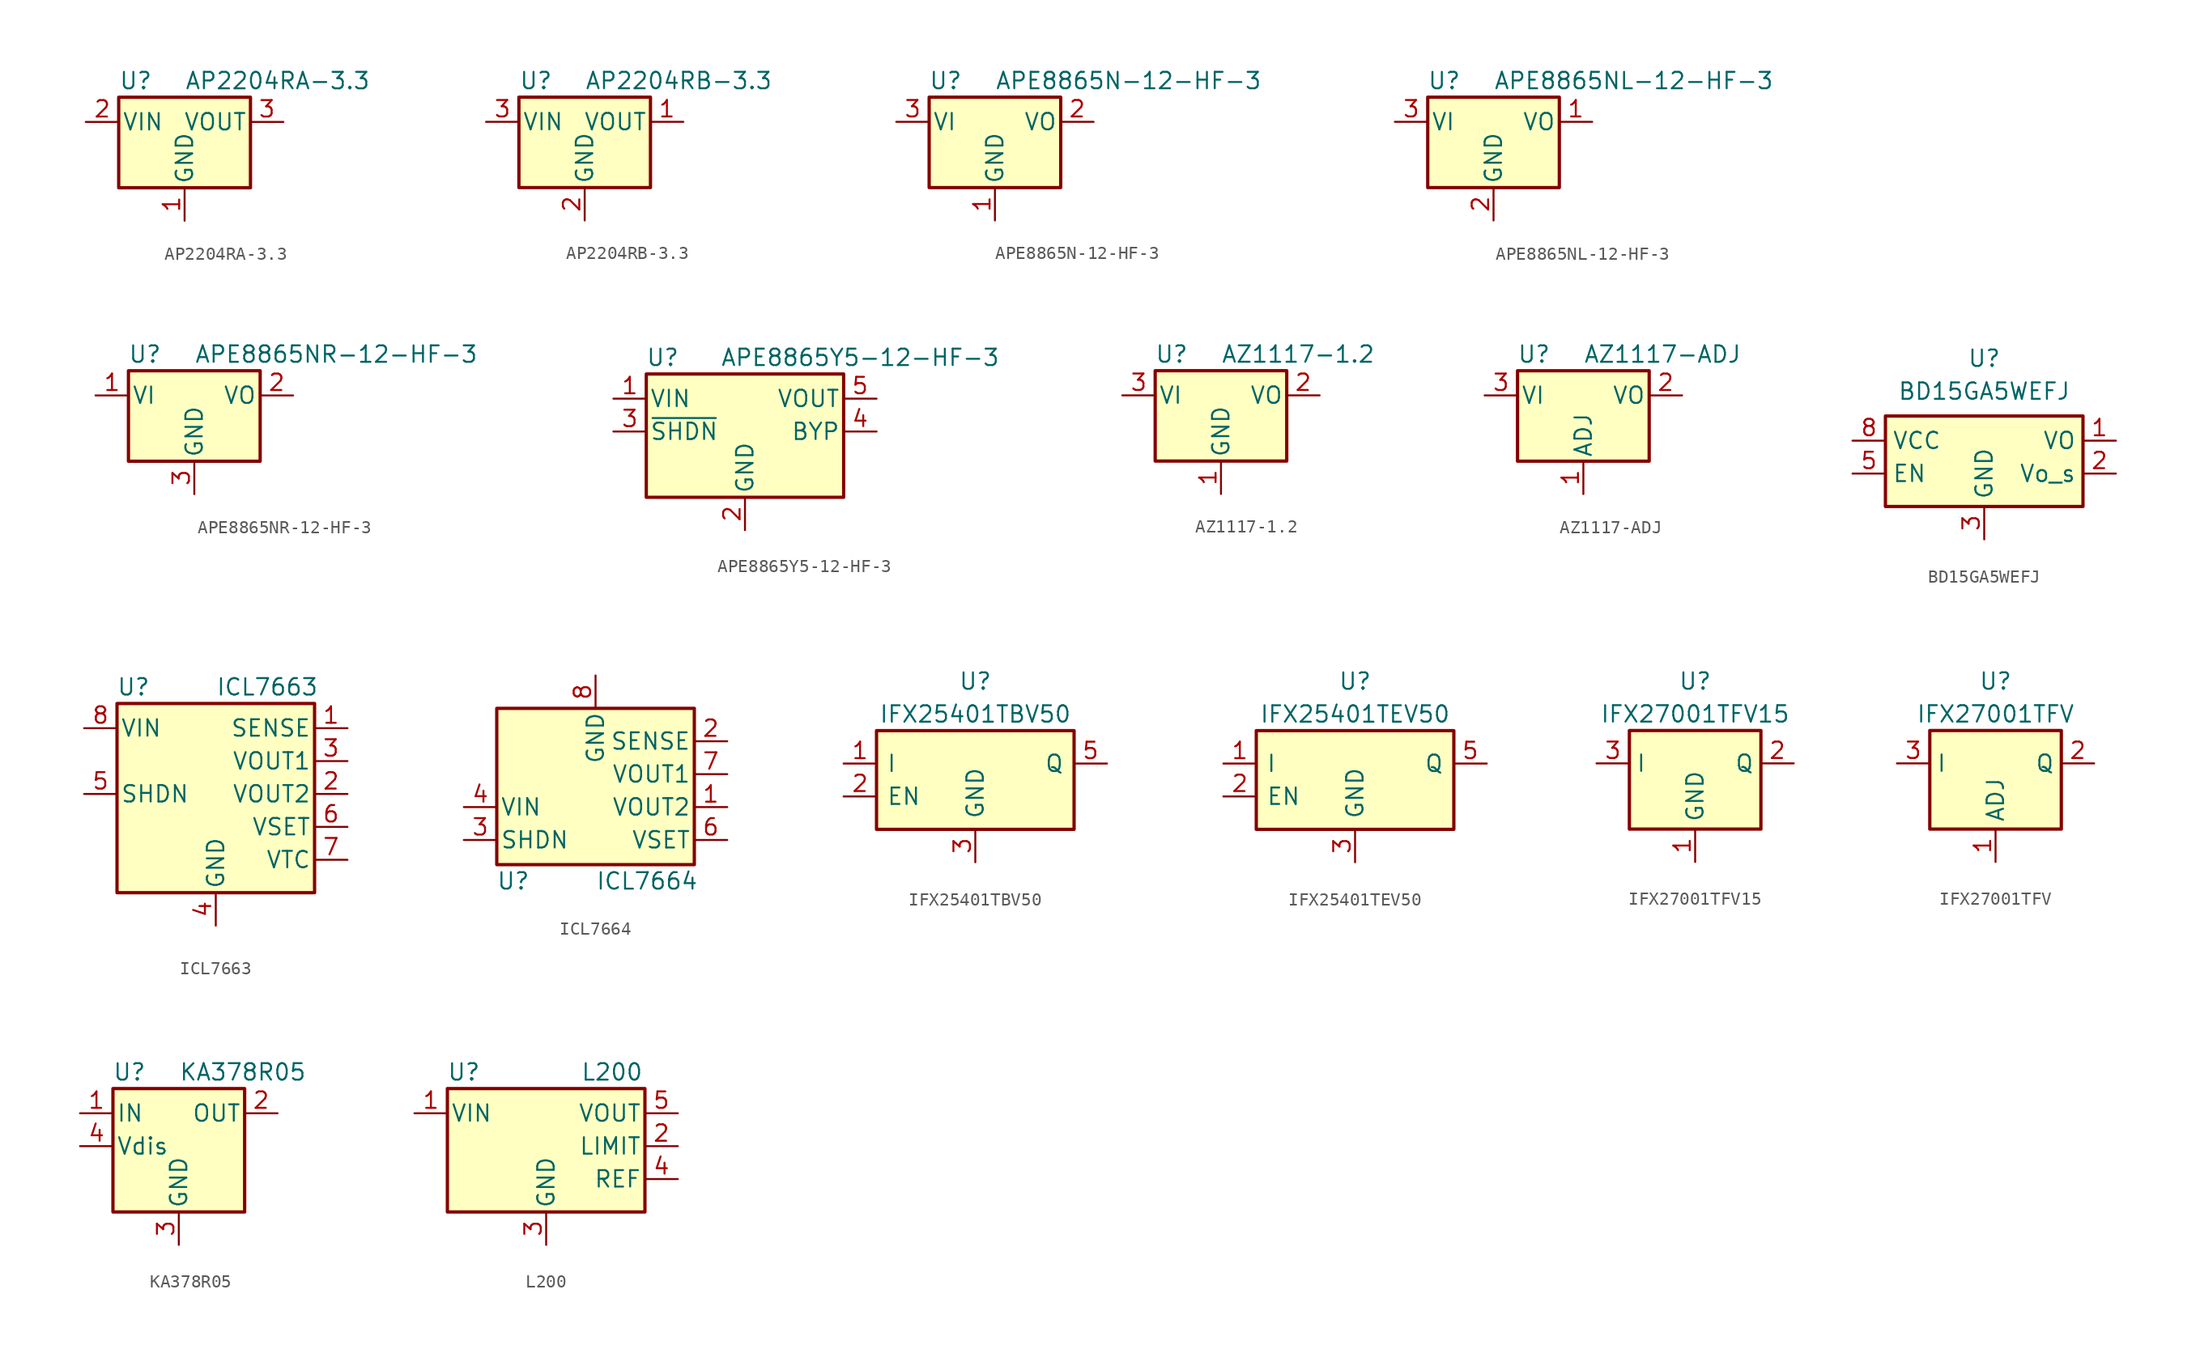
<source format=kicad_sym>
(kicad_symbol_lib
  (version 20241209)
  (generator "kicad_symbol_editor")
  (generator_version "9.0")
  (symbol "AP2204RA-3.3"
    (pin_names
      (offset 0.254))
    (property "Reference" "U"
      (at -5.08 3.175 0)
      (effects (font (size 1.27 1.27)) (justify left)))
    (property "Value" "AP2204RA-3.3"
      (at 0 3.175 0)
      (effects (font (size 1.27 1.27)) (justify left)))
    (symbol "AP2204RA-3.3_0_1"
      (rectangle (start -5.08 1.905) (end 5.08 -5.08) (stroke (width 0.254) (type default)) (fill (type background))))
    (symbol "AP2204RA-3.3_1_1"
      (pin power_in line (at -7.62 0 0) (length 2.54) (name "VIN" (effects (font (size 1.27 1.27)))) (number "2" (effects (font (size 1.27 1.27)))))
      (pin power_in line (at 0 -7.62 90) (length 2.54) (name "GND" (effects (font (size 1.27 1.27)))) (number "1" (effects (font (size 1.27 1.27)))))
      (pin power_out line (at 7.62 0 180) (length 2.54) (name "VOUT" (effects (font (size 1.27 1.27)))) (number "3" (effects (font (size 1.27 1.27)))))))
  (symbol "AP2204RB-3.3"
    (pin_names
      (offset 0.254))
    (property "Reference" "U"
      (at -5.08 3.175 0)
      (effects (font (size 1.27 1.27)) (justify left)))
    (property "Value" "AP2204RB-3.3"
      (at 0 3.175 0)
      (effects (font (size 1.27 1.27)) (justify left)))
    (symbol "AP2204RB-3.3_0_1"
      (rectangle (start -5.08 1.905) (end 5.08 -5.08) (stroke (width 0.254) (type default)) (fill (type background))))
    (symbol "AP2204RB-3.3_1_1"
      (pin power_in line (at -7.62 0 0) (length 2.54) (name "VIN" (effects (font (size 1.27 1.27)))) (number "3" (effects (font (size 1.27 1.27)))))
      (pin power_in line (at 0 -7.62 90) (length 2.54) (name "GND" (effects (font (size 1.27 1.27)))) (number "2" (effects (font (size 1.27 1.27)))))
      (pin power_out line (at 7.62 0 180) (length 2.54) (name "VOUT" (effects (font (size 1.27 1.27)))) (number "1" (effects (font (size 1.27 1.27)))))))
  (symbol "APE8865N-12-HF-3"
    (pin_names
      (offset 0.254))
    (property "Reference" "U"
      (at -3.81 3.175 0)
      (effects (font (size 1.27 1.27))))
    (property "Value" "APE8865N-12-HF-3"
      (at 0 3.175 0)
      (effects (font (size 1.27 1.27)) (justify left)))
    (symbol "APE8865N-12-HF-3_0_1"
      (rectangle (start -5.08 1.905) (end 5.08 -5.08) (stroke (width 0.254) (type default)) (fill (type background))))
    (symbol "APE8865N-12-HF-3_1_1"
      (pin power_in line (at -7.62 0 0) (length 2.54) (name "VI" (effects (font (size 1.27 1.27)))) (number "3" (effects (font (size 1.27 1.27)))))
      (pin power_in line (at 0 -7.62 90) (length 2.54) (name "GND" (effects (font (size 1.27 1.27)))) (number "1" (effects (font (size 1.27 1.27)))))
      (pin power_out line (at 7.62 0 180) (length 2.54) (name "VO" (effects (font (size 1.27 1.27)))) (number "2" (effects (font (size 1.27 1.27)))))))
  (symbol "APE8865NL-12-HF-3"
    (pin_names
      (offset 0.254))
    (property "Reference" "U"
      (at -3.81 3.175 0)
      (effects (font (size 1.27 1.27))))
    (property "Value" "APE8865NL-12-HF-3"
      (at 0 3.175 0)
      (effects (font (size 1.27 1.27)) (justify left)))
    (symbol "APE8865NL-12-HF-3_0_1"
      (rectangle (start -5.08 1.905) (end 5.08 -5.08) (stroke (width 0.254) (type default)) (fill (type background))))
    (symbol "APE8865NL-12-HF-3_1_1"
      (pin power_in line (at -7.62 0 0) (length 2.54) (name "VI" (effects (font (size 1.27 1.27)))) (number "3" (effects (font (size 1.27 1.27)))))
      (pin power_in line (at 0 -7.62 90) (length 2.54) (name "GND" (effects (font (size 1.27 1.27)))) (number "2" (effects (font (size 1.27 1.27)))))
      (pin power_out line (at 7.62 0 180) (length 2.54) (name "VO" (effects (font (size 1.27 1.27)))) (number "1" (effects (font (size 1.27 1.27)))))))
  (symbol "APE8865NR-12-HF-3"
    (pin_names
      (offset 0.254))
    (property "Reference" "U"
      (at -3.81 3.175 0)
      (effects (font (size 1.27 1.27))))
    (property "Value" "APE8865NR-12-HF-3"
      (at 0 3.175 0)
      (effects (font (size 1.27 1.27)) (justify left)))
    (symbol "APE8865NR-12-HF-3_0_1"
      (rectangle (start -5.08 1.905) (end 5.08 -5.08) (stroke (width 0.254) (type default)) (fill (type background))))
    (symbol "APE8865NR-12-HF-3_1_1"
      (pin power_in line (at -7.62 0 0) (length 2.54) (name "VI" (effects (font (size 1.27 1.27)))) (number "1" (effects (font (size 1.27 1.27)))))
      (pin power_in line (at 0 -7.62 90) (length 2.54) (name "GND" (effects (font (size 1.27 1.27)))) (number "3" (effects (font (size 1.27 1.27)))))
      (pin power_out line (at 7.62 0 180) (length 2.54) (name "VO" (effects (font (size 1.27 1.27)))) (number "2" (effects (font (size 1.27 1.27)))))))
  (symbol "APE8865Y5-12-HF-3"
    (pin_names
      (offset 0.254))
    (property "Reference" "U"
      (at -6.35 5.715 0)
      (effects (font (size 1.27 1.27))))
    (property "Value" "APE8865Y5-12-HF-3"
      (at -1.905 5.715 0)
      (effects (font (size 1.27 1.27)) (justify left)))
    (symbol "APE8865Y5-12-HF-3_0_1"
      (rectangle (start -7.62 4.445) (end 7.62 -5.08) (stroke (width 0.254) (type default)) (fill (type background))))
    (symbol "APE8865Y5-12-HF-3_1_1"
      (pin power_in line (at -10.16 2.54 0) (length 2.54) (name "VIN" (effects (font (size 1.27 1.27)))) (number "1" (effects (font (size 1.27 1.27)))))
      (pin input line (at -10.16 0 0) (length 2.54) (name "~{SHDN}" (effects (font (size 1.27 1.27)))) (number "3" (effects (font (size 1.27 1.27)))))
      (pin power_in line (at 0 -7.62 90) (length 2.54) (name "GND" (effects (font (size 1.27 1.27)))) (number "2" (effects (font (size 1.27 1.27)))))
      (pin power_out line (at 10.16 2.54 180) (length 2.54) (name "VOUT" (effects (font (size 1.27 1.27)))) (number "5" (effects (font (size 1.27 1.27)))))
      (pin input line (at 10.16 0 180) (length 2.54) (name "BYP" (effects (font (size 1.27 1.27)))) (number "4" (effects (font (size 1.27 1.27)))))))
  (symbol "AZ1117-1.2"
    (pin_names
      (offset 0.254))
    (property "Reference" "U"
      (at -3.81 3.175 0)
      (effects (font (size 1.27 1.27))))
    (property "Value" "AZ1117-1.2"
      (at 0 3.175 0)
      (effects (font (size 1.27 1.27)) (justify left)))
    (symbol "AZ1117-1.2_0_1"
      (rectangle (start -5.08 1.905) (end 5.08 -5.08) (stroke (width 0.254) (type default)) (fill (type background))))
    (symbol "AZ1117-1.2_1_1"
      (pin power_in line (at -7.62 0 0) (length 2.54) (name "VI" (effects (font (size 1.27 1.27)))) (number "3" (effects (font (size 1.27 1.27)))))
      (pin power_in line (at 0 -7.62 90) (length 2.54) (name "GND" (effects (font (size 1.27 1.27)))) (number "1" (effects (font (size 1.27 1.27)))))
      (pin power_out line (at 7.62 0 180) (length 2.54) (name "VO" (effects (font (size 1.27 1.27)))) (number "2" (effects (font (size 1.27 1.27)))))))
  (symbol "AZ1117-ADJ"
    (pin_names
      (offset 0.254))
    (property "Reference" "U"
      (at -3.81 3.175 0)
      (effects (font (size 1.27 1.27))))
    (property "Value" "AZ1117-ADJ"
      (at 0 3.175 0)
      (effects (font (size 1.27 1.27)) (justify left)))
    (symbol "AZ1117-ADJ_0_1"
      (rectangle (start -5.08 1.905) (end 5.08 -5.08) (stroke (width 0.254) (type default)) (fill (type background))))
    (symbol "AZ1117-ADJ_1_1"
      (pin power_in line (at -7.62 0 0) (length 2.54) (name "VI" (effects (font (size 1.27 1.27)))) (number "3" (effects (font (size 1.27 1.27)))))
      (pin input line (at 0 -7.62 90) (length 2.54) (name "ADJ" (effects (font (size 1.27 1.27)))) (number "1" (effects (font (size 1.27 1.27)))))
      (pin power_out line (at 7.62 0 180) (length 2.54) (name "VO" (effects (font (size 1.27 1.27)))) (number "2" (effects (font (size 1.27 1.27)))))))
  (symbol "BD15GA5WEFJ"
    (property "Reference" "U"
      (at 0 6.35 0)
      (effects (font (size 1.27 1.27))))
    (property "Value" "BD15GA5WEFJ"
      (at 0 3.81 0)
      (effects (font (size 1.27 1.27))))
    (symbol "BD15GA5WEFJ_1_1"
      (rectangle (start -7.62 -5.08) (end 7.62 1.905) (stroke (width 0.254) (type default)) (fill (type background)))
      (pin power_in line (at -10.16 0 0) (length 2.54) (name "VCC" (effects (font (size 1.27 1.27)))) (number "8" (effects (font (size 1.27 1.27)))))
      (pin input line (at -10.16 -2.54 0) (length 2.54) (name "EN" (effects (font (size 1.27 1.27)))) (number "5" (effects (font (size 1.27 1.27)))))
      (pin power_in line (at 0 -7.62 90) (length 2.54) (name "GND" (effects (font (size 1.27 1.27)))) (number "3" (effects (font (size 1.27 1.27)))))
      (pin passive line (at 0 -7.62 90) (length 2.54) (hide yes) (name "GND" (effects (font (size 1.27 1.27)))) (number "4" (effects (font (size 1.27 1.27)))))
      (pin passive line (at 0 -7.62 90) (length 2.54) (hide yes) (name "GND" (effects (font (size 1.27 1.27)))) (number "6" (effects (font (size 1.27 1.27)))))
      (pin passive line (at 0 -7.62 90) (length 2.54) (hide yes) (name "GND" (effects (font (size 1.27 1.27)))) (number "7" (effects (font (size 1.27 1.27)))))
      (pin passive line (at 0 -7.62 90) (length 2.54) (hide yes) (name "GND" (effects (font (size 1.27 1.27)))) (number "9" (effects (font (size 1.27 1.27)))))
      (pin power_out line (at 10.16 0 180) (length 2.54) (name "VO" (effects (font (size 1.27 1.27)))) (number "1" (effects (font (size 1.27 1.27)))))
      (pin input line (at 10.16 -2.54 180) (length 2.54) (name "Vo_s" (effects (font (size 1.27 1.27)))) (number "2" (effects (font (size 1.27 1.27)))))))
  (symbol "ICL7663"
    (pin_names
      (offset 0.254))
    (property "Reference" "U"
      (at -6.35 8.255 0)
      (effects (font (size 1.27 1.27))))
    (property "Value" "ICL7663"
      (at 0 8.255 0)
      (effects (font (size 1.27 1.27)) (justify left)))
    (symbol "ICL7663_0_1"
      (rectangle (start -7.62 -7.62) (end 7.62 6.985) (stroke (width 0.254) (type default)) (fill (type background))))
    (symbol "ICL7663_1_1"
      (pin power_in line (at -10.16 5.08 0) (length 2.54) (name "VIN" (effects (font (size 1.27 1.27)))) (number "8" (effects (font (size 1.27 1.27)))))
      (pin input line (at -10.16 0 0) (length 2.54) (name "SHDN" (effects (font (size 1.27 1.27)))) (number "5" (effects (font (size 1.27 1.27)))))
      (pin power_in line (at 0 -10.16 90) (length 2.54) (name "GND" (effects (font (size 1.27 1.27)))) (number "4" (effects (font (size 1.27 1.27)))))
      (pin input line (at 10.16 5.08 180) (length 2.54) (name "SENSE" (effects (font (size 1.27 1.27)))) (number "1" (effects (font (size 1.27 1.27)))))
      (pin power_out line (at 10.16 2.54 180) (length 2.54) (name "VOUT1" (effects (font (size 1.27 1.27)))) (number "3" (effects (font (size 1.27 1.27)))))
      (pin power_out line (at 10.16 0 180) (length 2.54) (name "VOUT2" (effects (font (size 1.27 1.27)))) (number "2" (effects (font (size 1.27 1.27)))))
      (pin input line (at 10.16 -2.54 180) (length 2.54) (name "VSET" (effects (font (size 1.27 1.27)))) (number "6" (effects (font (size 1.27 1.27)))))
      (pin output line (at 10.16 -5.08 180) (length 2.54) (name "VTC" (effects (font (size 1.27 1.27)))) (number "7" (effects (font (size 1.27 1.27)))))))
  (symbol "ICL7664"
    (pin_names
      (offset 0.254))
    (property "Reference" "U"
      (at -6.35 -8.255 0)
      (effects (font (size 1.27 1.27))))
    (property "Value" "ICL7664"
      (at 0 -8.255 0)
      (effects (font (size 1.27 1.27)) (justify left)))
    (symbol "ICL7664_0_1"
      (rectangle (start -7.62 -6.985) (end 7.62 5.08) (stroke (width 0.254) (type default)) (fill (type background))))
    (symbol "ICL7664_1_1"
      (pin power_in line (at -10.16 -2.54 0) (length 2.54) (name "VIN" (effects (font (size 1.27 1.27)))) (number "4" (effects (font (size 1.27 1.27)))))
      (pin input line (at -10.16 -5.08 0) (length 2.54) (name "SHDN" (effects (font (size 1.27 1.27)))) (number "3" (effects (font (size 1.27 1.27)))))
      (pin input line (at -10.16 -5.08 0) (length 2.54) (hide yes) (name "SHDN" (effects (font (size 1.27 1.27)))) (number "5" (effects (font (size 1.27 1.27)))))
      (pin power_in line (at 0 7.62 270) (length 2.54) (name "GND" (effects (font (size 1.27 1.27)))) (number "8" (effects (font (size 1.27 1.27)))))
      (pin input line (at 10.16 2.54 180) (length 2.54) (name "SENSE" (effects (font (size 1.27 1.27)))) (number "2" (effects (font (size 1.27 1.27)))))
      (pin power_out line (at 10.16 0 180) (length 2.54) (name "VOUT1" (effects (font (size 1.27 1.27)))) (number "7" (effects (font (size 1.27 1.27)))))
      (pin power_out line (at 10.16 -2.54 180) (length 2.54) (name "VOUT2" (effects (font (size 1.27 1.27)))) (number "1" (effects (font (size 1.27 1.27)))))
      (pin input line (at 10.16 -5.08 180) (length 2.54) (name "VSET" (effects (font (size 1.27 1.27)))) (number "6" (effects (font (size 1.27 1.27)))))))
  (symbol "IFX25401TBV50"
    (pin_names
      (offset 0.762))
    (property "Reference" "U"
      (at 0 6.35 0)
      (effects (font (size 1.27 1.27))))
    (property "Value" "IFX25401TBV50"
      (at 0 3.81 0)
      (effects (font (size 1.27 1.27))))
    (symbol "IFX25401TBV50_0_1"
      (rectangle (start -7.62 2.54) (end 7.62 -5.08) (stroke (width 0.254) (type default)) (fill (type background))))
    (symbol "IFX25401TBV50_1_1"
      (pin power_in line (at -10.16 0 0) (length 2.54) (name "I" (effects (font (size 1.27 1.27)))) (number "1" (effects (font (size 1.27 1.27)))))
      (pin input line (at -10.16 -2.54 0) (length 2.54) (name "EN" (effects (font (size 1.27 1.27)))) (number "2" (effects (font (size 1.27 1.27)))))
      (pin power_in line (at 0 -7.62 90) (length 2.54) (name "GND" (effects (font (size 1.27 1.27)))) (number "3" (effects (font (size 1.27 1.27)))))
      (pin no_connect line (at 7.62 -2.54 180) (length 2.54) (hide yes) (name "NC" (effects (font (size 1.27 1.27)))) (number "4" (effects (font (size 1.27 1.27)))))
      (pin power_out line (at 10.16 0 180) (length 2.54) (name "Q" (effects (font (size 1.27 1.27)))) (number "5" (effects (font (size 1.27 1.27)))))))
  (symbol "IFX25401TEV50"
    (pin_names
      (offset 0.762))
    (property "Reference" "U"
      (at 0 6.35 0)
      (effects (font (size 1.27 1.27))))
    (property "Value" "IFX25401TEV50"
      (at 0 3.81 0)
      (effects (font (size 1.27 1.27))))
    (symbol "IFX25401TEV50_0_1"
      (rectangle (start -7.62 2.54) (end 7.62 -5.08) (stroke (width 0.254) (type default)) (fill (type background))))
    (symbol "IFX25401TEV50_1_1"
      (pin power_in line (at -10.16 0 0) (length 2.54) (name "I" (effects (font (size 1.27 1.27)))) (number "1" (effects (font (size 1.27 1.27)))))
      (pin input line (at -10.16 -2.54 0) (length 2.54) (name "EN" (effects (font (size 1.27 1.27)))) (number "2" (effects (font (size 1.27 1.27)))))
      (pin power_in line (at 0 -7.62 90) (length 2.54) (name "GND" (effects (font (size 1.27 1.27)))) (number "3" (effects (font (size 1.27 1.27)))))
      (pin no_connect line (at 7.62 -2.54 180) (length 2.54) (hide yes) (name "NC" (effects (font (size 1.27 1.27)))) (number "4" (effects (font (size 1.27 1.27)))))
      (pin power_out line (at 10.16 0 180) (length 2.54) (name "Q" (effects (font (size 1.27 1.27)))) (number "5" (effects (font (size 1.27 1.27)))))))
  (symbol "IFX27001TFV15"
    (property "Reference" "U"
      (at 0 6.35 0)
      (effects (font (size 1.27 1.27))))
    (property "Value" "IFX27001TFV15"
      (at 0 3.81 0)
      (effects (font (size 1.27 1.27))))
    (symbol "IFX27001TFV15_1_1"
      (rectangle (start -5.08 2.54) (end 5.08 -5.08) (stroke (width 0.254) (type default)) (fill (type background)))
      (pin power_in line (at -7.62 0 0) (length 2.54) (name "I" (effects (font (size 1.27 1.27)))) (number "3" (effects (font (size 1.27 1.27)))))
      (pin power_in line (at 0 -7.62 90) (length 2.54) (name "GND" (effects (font (size 1.27 1.27)))) (number "1" (effects (font (size 1.27 1.27)))))
      (pin power_out line (at 7.62 0 180) (length 2.54) (name "Q" (effects (font (size 1.27 1.27)))) (number "2" (effects (font (size 1.27 1.27)))))))
  (symbol "IFX27001TFV"
    (property "Reference" "U"
      (at 0 6.35 0)
      (effects (font (size 1.27 1.27))))
    (property "Value" "IFX27001TFV"
      (at 0 3.81 0)
      (effects (font (size 1.27 1.27))))
    (symbol "IFX27001TFV_1_1"
      (rectangle (start -5.08 2.54) (end 5.08 -5.08) (stroke (width 0.254) (type default)) (fill (type background)))
      (pin power_in line (at -7.62 0 0) (length 2.54) (name "I" (effects (font (size 1.27 1.27)))) (number "3" (effects (font (size 1.27 1.27)))))
      (pin input line (at 0 -7.62 90) (length 2.54) (name "ADJ" (effects (font (size 1.27 1.27)))) (number "1" (effects (font (size 1.27 1.27)))))
      (pin power_out line (at 7.62 0 180) (length 2.54) (name "Q" (effects (font (size 1.27 1.27)))) (number "2" (effects (font (size 1.27 1.27)))))))
  (symbol "KA378R05"
    (pin_names
      (offset 0.254))
    (property "Reference" "U"
      (at -3.81 5.715 0)
      (effects (font (size 1.27 1.27))))
    (property "Value" "KA378R05"
      (at 0 5.715 0)
      (effects (font (size 1.27 1.27)) (justify left)))
    (symbol "KA378R05_0_1"
      (rectangle (start -5.08 4.445) (end 5.08 -5.08) (stroke (width 0.254) (type default)) (fill (type background))))
    (symbol "KA378R05_1_1"
      (pin power_in line (at -7.62 2.54 0) (length 2.54) (name "IN" (effects (font (size 1.27 1.27)))) (number "1" (effects (font (size 1.27 1.27)))))
      (pin input line (at -7.62 0 0) (length 2.54) (name "Vdis" (effects (font (size 1.27 1.27)))) (number "4" (effects (font (size 1.27 1.27)))))
      (pin power_in line (at 0 -7.62 90) (length 2.54) (name "GND" (effects (font (size 1.27 1.27)))) (number "3" (effects (font (size 1.27 1.27)))))
      (pin power_out line (at 7.62 2.54 180) (length 2.54) (name "OUT" (effects (font (size 1.27 1.27)))) (number "2" (effects (font (size 1.27 1.27)))))))
  (symbol "L200"
    (pin_names
      (offset 0.254))
    (property "Reference" "U"
      (at -6.35 5.715 0)
      (effects (font (size 1.27 1.27))))
    (property "Value" "L200"
      (at 5.08 5.715 0)
      (effects (font (size 1.27 1.27))))
    (symbol "L200_0_1"
      (rectangle (start -7.62 4.445) (end 7.62 -5.08) (stroke (width 0.254) (type default)) (fill (type background))))
    (symbol "L200_1_1"
      (pin power_in line (at -10.16 2.54 0) (length 2.54) (name "VIN" (effects (font (size 1.27 1.27)))) (number "1" (effects (font (size 1.27 1.27)))))
      (pin power_in line (at 0 -7.62 90) (length 2.54) (name "GND" (effects (font (size 1.27 1.27)))) (number "3" (effects (font (size 1.27 1.27)))))
      (pin power_out line (at 10.16 2.54 180) (length 2.54) (name "VOUT" (effects (font (size 1.27 1.27)))) (number "5" (effects (font (size 1.27 1.27)))))
      (pin input line (at 10.16 0 180) (length 2.54) (name "LIMIT" (effects (font (size 1.27 1.27)))) (number "2" (effects (font (size 1.27 1.27)))))
      (pin input line (at 10.16 -2.54 180) (length 2.54) (name "REF" (effects (font (size 1.27 1.27)))) (number "4" (effects (font (size 1.27 1.27))))))))
</source>
